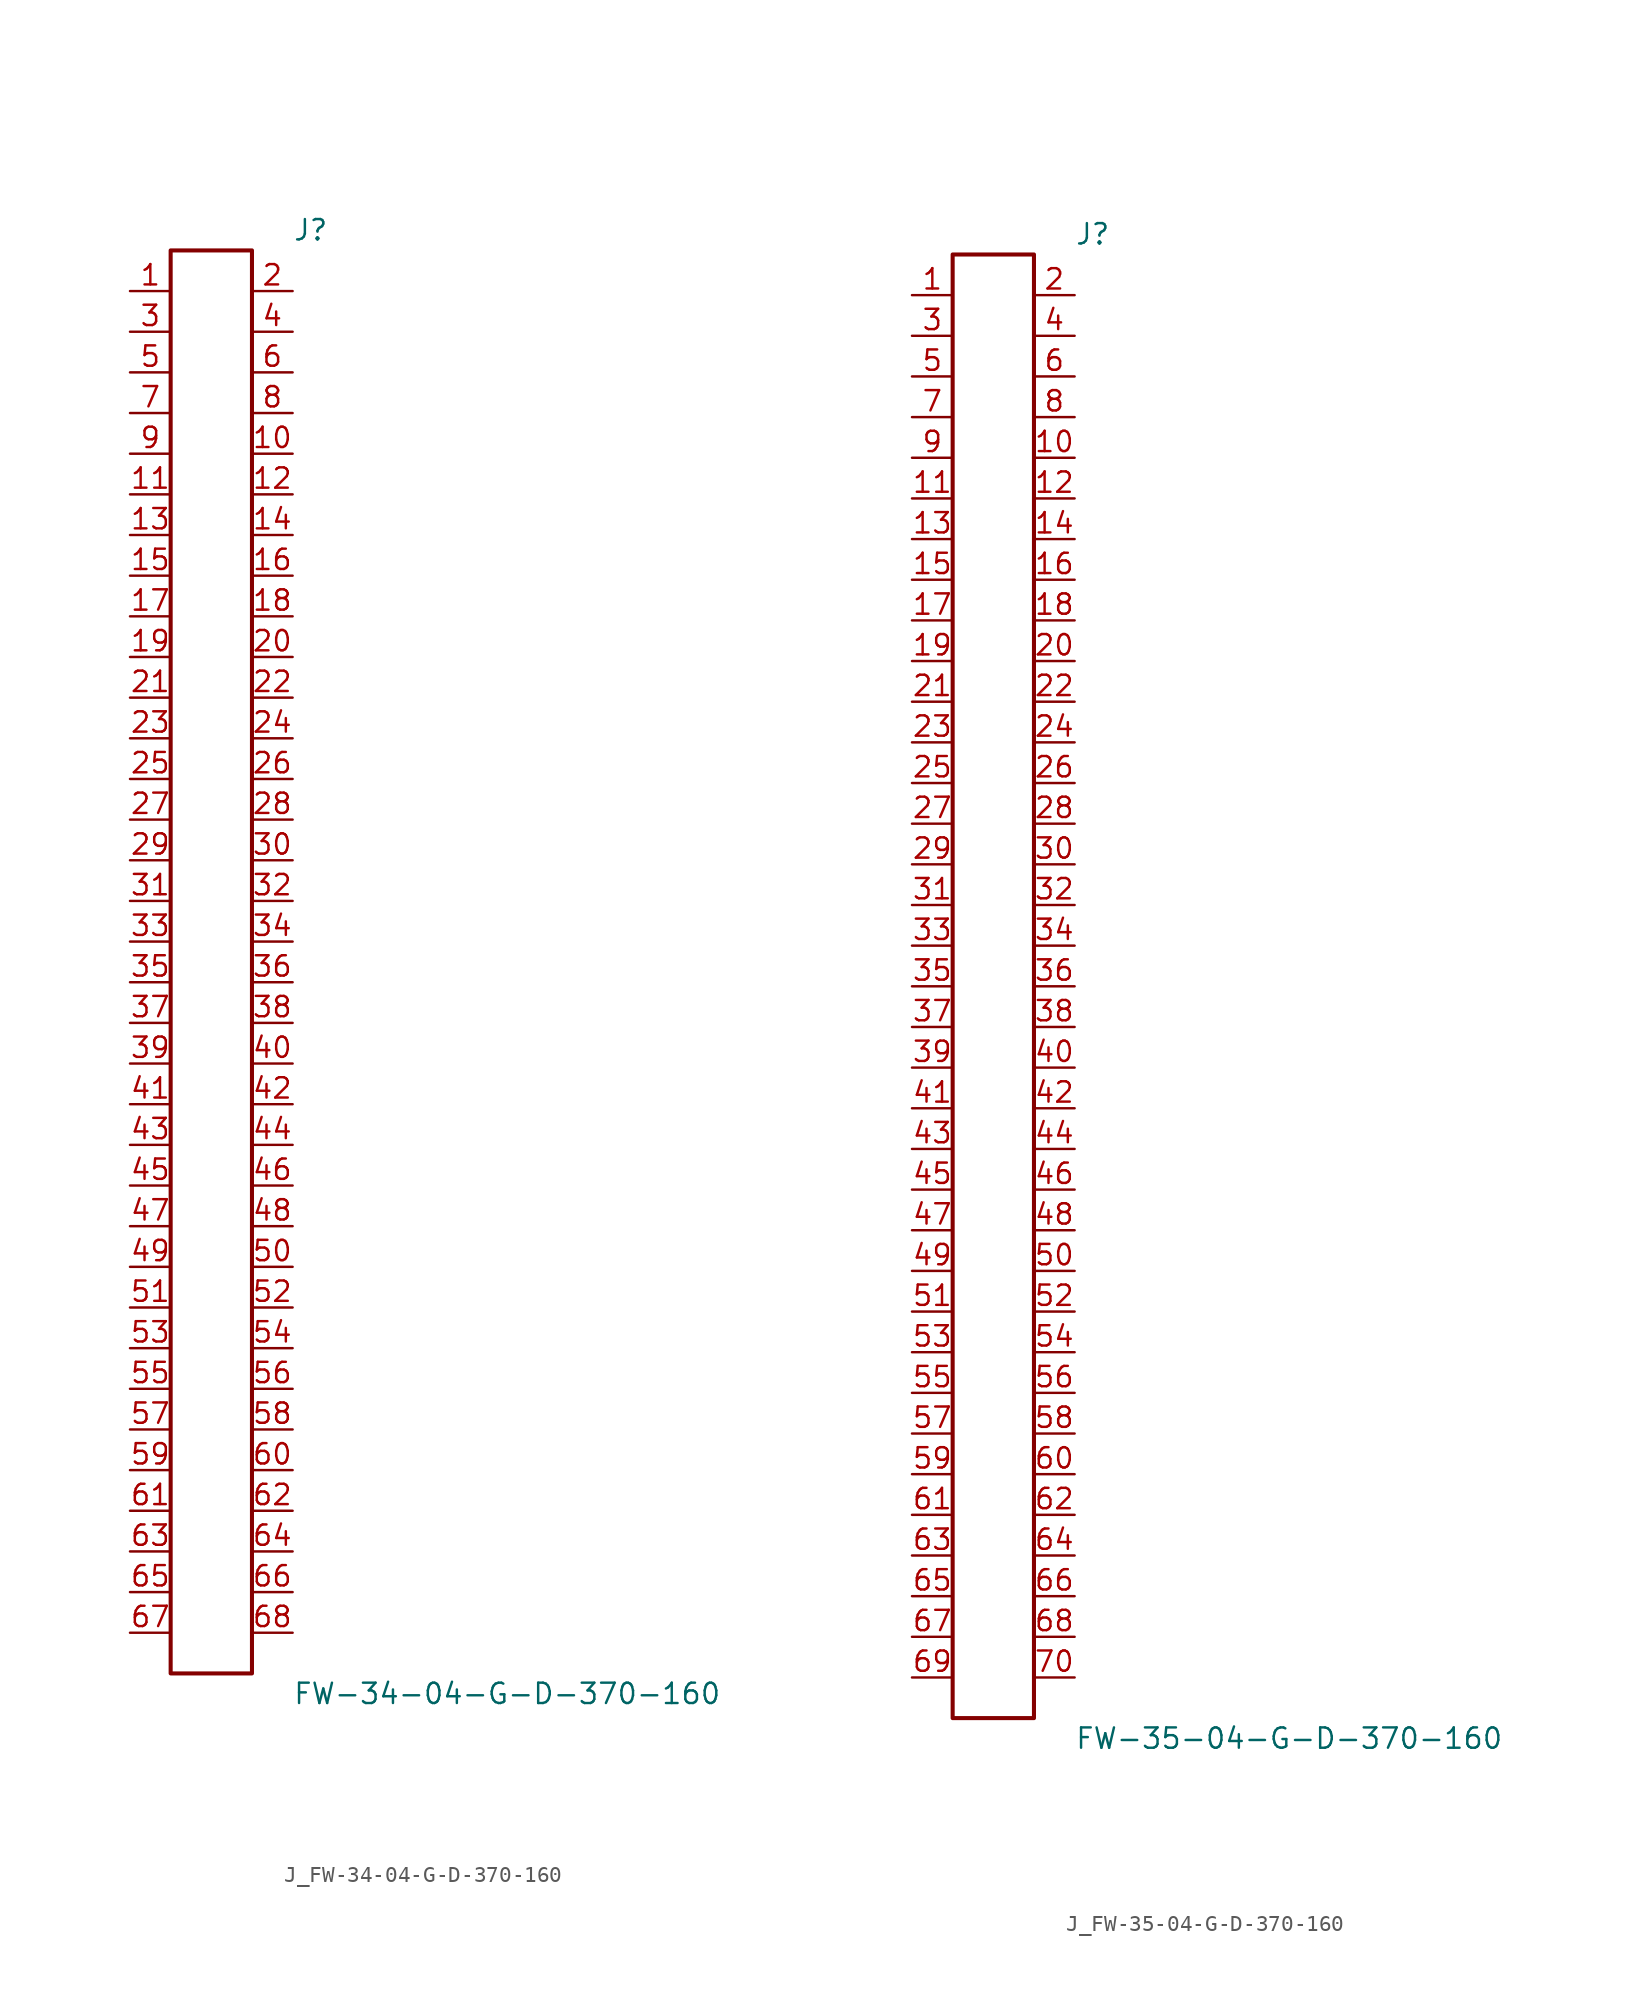
<source format=kicad_sym>
(kicad_symbol_lib
  (version 20231120)
  (generator kicad_symbol_editor)
  (generator_version 8.0)
  (symbol "J_FW-34-04-G-D-370-160"
    (pin_names
      (offset 0.254))
    (property "Reference" "J"
      (at 5.08 45.72 0)
      (effects (font (size 1.27 1.27)) (justify left)))
    (property "Value" "FW-34-04-G-D-370-160"
      (at 5.08 -45.72 0)
      (effects (font (size 1.27 1.27)) (justify left)))
    (symbol "J_FW-34-04-G-D-370-160_0_0"
      (pin unspecified line (at -5.08 41.91 0) (length 2.54) (name "" (effects (font (size 1.27 1.27)))) (number "1" (effects (font (size 1.27 1.27)))))
      (pin unspecified line (at 5.08 41.91 180) (length 2.54) (name "" (effects (font (size 1.27 1.27)))) (number "2" (effects (font (size 1.27 1.27)))))
      (pin unspecified line (at -5.08 39.37 0) (length 2.54) (name "" (effects (font (size 1.27 1.27)))) (number "3" (effects (font (size 1.27 1.27)))))
      (pin unspecified line (at 5.08 39.37 180) (length 2.54) (name "" (effects (font (size 1.27 1.27)))) (number "4" (effects (font (size 1.27 1.27)))))
      (pin unspecified line (at -5.08 36.83 0) (length 2.54) (name "" (effects (font (size 1.27 1.27)))) (number "5" (effects (font (size 1.27 1.27)))))
      (pin unspecified line (at 5.08 36.83 180) (length 2.54) (name "" (effects (font (size 1.27 1.27)))) (number "6" (effects (font (size 1.27 1.27)))))
      (pin unspecified line (at -5.08 34.29 0) (length 2.54) (name "" (effects (font (size 1.27 1.27)))) (number "7" (effects (font (size 1.27 1.27)))))
      (pin unspecified line (at 5.08 34.29 180) (length 2.54) (name "" (effects (font (size 1.27 1.27)))) (number "8" (effects (font (size 1.27 1.27)))))
      (pin unspecified line (at -5.08 31.75 0) (length 2.54) (name "" (effects (font (size 1.27 1.27)))) (number "9" (effects (font (size 1.27 1.27)))))
      (pin unspecified line (at 5.08 31.75 180) (length 2.54) (name "" (effects (font (size 1.27 1.27)))) (number "10" (effects (font (size 1.27 1.27)))))
      (pin unspecified line (at -5.08 29.21 0) (length 2.54) (name "" (effects (font (size 1.27 1.27)))) (number "11" (effects (font (size 1.27 1.27)))))
      (pin unspecified line (at 5.08 29.21 180) (length 2.54) (name "" (effects (font (size 1.27 1.27)))) (number "12" (effects (font (size 1.27 1.27)))))
      (pin unspecified line (at -5.08 26.67 0) (length 2.54) (name "" (effects (font (size 1.27 1.27)))) (number "13" (effects (font (size 1.27 1.27)))))
      (pin unspecified line (at 5.08 26.67 180) (length 2.54) (name "" (effects (font (size 1.27 1.27)))) (number "14" (effects (font (size 1.27 1.27)))))
      (pin unspecified line (at -5.08 24.13 0) (length 2.54) (name "" (effects (font (size 1.27 1.27)))) (number "15" (effects (font (size 1.27 1.27)))))
      (pin unspecified line (at 5.08 24.13 180) (length 2.54) (name "" (effects (font (size 1.27 1.27)))) (number "16" (effects (font (size 1.27 1.27)))))
      (pin unspecified line (at -5.08 21.59 0) (length 2.54) (name "" (effects (font (size 1.27 1.27)))) (number "17" (effects (font (size 1.27 1.27)))))
      (pin unspecified line (at 5.08 21.59 180) (length 2.54) (name "" (effects (font (size 1.27 1.27)))) (number "18" (effects (font (size 1.27 1.27)))))
      (pin unspecified line (at -5.08 19.05 0) (length 2.54) (name "" (effects (font (size 1.27 1.27)))) (number "19" (effects (font (size 1.27 1.27)))))
      (pin unspecified line (at 5.08 19.05 180) (length 2.54) (name "" (effects (font (size 1.27 1.27)))) (number "20" (effects (font (size 1.27 1.27)))))
      (pin unspecified line (at -5.08 16.51 0) (length 2.54) (name "" (effects (font (size 1.27 1.27)))) (number "21" (effects (font (size 1.27 1.27)))))
      (pin unspecified line (at 5.08 16.51 180) (length 2.54) (name "" (effects (font (size 1.27 1.27)))) (number "22" (effects (font (size 1.27 1.27)))))
      (pin unspecified line (at -5.08 13.97 0) (length 2.54) (name "" (effects (font (size 1.27 1.27)))) (number "23" (effects (font (size 1.27 1.27)))))
      (pin unspecified line (at 5.08 13.97 180) (length 2.54) (name "" (effects (font (size 1.27 1.27)))) (number "24" (effects (font (size 1.27 1.27)))))
      (pin unspecified line (at -5.08 11.43 0) (length 2.54) (name "" (effects (font (size 1.27 1.27)))) (number "25" (effects (font (size 1.27 1.27)))))
      (pin unspecified line (at 5.08 11.43 180) (length 2.54) (name "" (effects (font (size 1.27 1.27)))) (number "26" (effects (font (size 1.27 1.27)))))
      (pin unspecified line (at -5.08 8.89 0) (length 2.54) (name "" (effects (font (size 1.27 1.27)))) (number "27" (effects (font (size 1.27 1.27)))))
      (pin unspecified line (at 5.08 8.89 180) (length 2.54) (name "" (effects (font (size 1.27 1.27)))) (number "28" (effects (font (size 1.27 1.27)))))
      (pin unspecified line (at -5.08 6.35 0) (length 2.54) (name "" (effects (font (size 1.27 1.27)))) (number "29" (effects (font (size 1.27 1.27)))))
      (pin unspecified line (at 5.08 6.35 180) (length 2.54) (name "" (effects (font (size 1.27 1.27)))) (number "30" (effects (font (size 1.27 1.27)))))
      (pin unspecified line (at -5.08 3.81 0) (length 2.54) (name "" (effects (font (size 1.27 1.27)))) (number "31" (effects (font (size 1.27 1.27)))))
      (pin unspecified line (at 5.08 3.81 180) (length 2.54) (name "" (effects (font (size 1.27 1.27)))) (number "32" (effects (font (size 1.27 1.27)))))
      (pin unspecified line (at -5.08 1.27 0) (length 2.54) (name "" (effects (font (size 1.27 1.27)))) (number "33" (effects (font (size 1.27 1.27)))))
      (pin unspecified line (at 5.08 1.27 180) (length 2.54) (name "" (effects (font (size 1.27 1.27)))) (number "34" (effects (font (size 1.27 1.27)))))
      (pin unspecified line (at -5.08 -1.27 0) (length 2.54) (name "" (effects (font (size 1.27 1.27)))) (number "35" (effects (font (size 1.27 1.27)))))
      (pin unspecified line (at 5.08 -1.27 180) (length 2.54) (name "" (effects (font (size 1.27 1.27)))) (number "36" (effects (font (size 1.27 1.27)))))
      (pin unspecified line (at -5.08 -3.81 0) (length 2.54) (name "" (effects (font (size 1.27 1.27)))) (number "37" (effects (font (size 1.27 1.27)))))
      (pin unspecified line (at 5.08 -3.81 180) (length 2.54) (name "" (effects (font (size 1.27 1.27)))) (number "38" (effects (font (size 1.27 1.27)))))
      (pin unspecified line (at -5.08 -6.35 0) (length 2.54) (name "" (effects (font (size 1.27 1.27)))) (number "39" (effects (font (size 1.27 1.27)))))
      (pin unspecified line (at 5.08 -6.35 180) (length 2.54) (name "" (effects (font (size 1.27 1.27)))) (number "40" (effects (font (size 1.27 1.27)))))
      (pin unspecified line (at -5.08 -8.89 0) (length 2.54) (name "" (effects (font (size 1.27 1.27)))) (number "41" (effects (font (size 1.27 1.27)))))
      (pin unspecified line (at 5.08 -8.89 180) (length 2.54) (name "" (effects (font (size 1.27 1.27)))) (number "42" (effects (font (size 1.27 1.27)))))
      (pin unspecified line (at -5.08 -11.43 0) (length 2.54) (name "" (effects (font (size 1.27 1.27)))) (number "43" (effects (font (size 1.27 1.27)))))
      (pin unspecified line (at 5.08 -11.43 180) (length 2.54) (name "" (effects (font (size 1.27 1.27)))) (number "44" (effects (font (size 1.27 1.27)))))
      (pin unspecified line (at -5.08 -13.97 0) (length 2.54) (name "" (effects (font (size 1.27 1.27)))) (number "45" (effects (font (size 1.27 1.27)))))
      (pin unspecified line (at 5.08 -13.97 180) (length 2.54) (name "" (effects (font (size 1.27 1.27)))) (number "46" (effects (font (size 1.27 1.27)))))
      (pin unspecified line (at -5.08 -16.51 0) (length 2.54) (name "" (effects (font (size 1.27 1.27)))) (number "47" (effects (font (size 1.27 1.27)))))
      (pin unspecified line (at 5.08 -16.51 180) (length 2.54) (name "" (effects (font (size 1.27 1.27)))) (number "48" (effects (font (size 1.27 1.27)))))
      (pin unspecified line (at -5.08 -19.05 0) (length 2.54) (name "" (effects (font (size 1.27 1.27)))) (number "49" (effects (font (size 1.27 1.27)))))
      (pin unspecified line (at 5.08 -19.05 180) (length 2.54) (name "" (effects (font (size 1.27 1.27)))) (number "50" (effects (font (size 1.27 1.27)))))
      (pin unspecified line (at -5.08 -21.59 0) (length 2.54) (name "" (effects (font (size 1.27 1.27)))) (number "51" (effects (font (size 1.27 1.27)))))
      (pin unspecified line (at 5.08 -21.59 180) (length 2.54) (name "" (effects (font (size 1.27 1.27)))) (number "52" (effects (font (size 1.27 1.27)))))
      (pin unspecified line (at -5.08 -24.13 0) (length 2.54) (name "" (effects (font (size 1.27 1.27)))) (number "53" (effects (font (size 1.27 1.27)))))
      (pin unspecified line (at 5.08 -24.13 180) (length 2.54) (name "" (effects (font (size 1.27 1.27)))) (number "54" (effects (font (size 1.27 1.27)))))
      (pin unspecified line (at -5.08 -26.67 0) (length 2.54) (name "" (effects (font (size 1.27 1.27)))) (number "55" (effects (font (size 1.27 1.27)))))
      (pin unspecified line (at 5.08 -26.67 180) (length 2.54) (name "" (effects (font (size 1.27 1.27)))) (number "56" (effects (font (size 1.27 1.27)))))
      (pin unspecified line (at -5.08 -29.21 0) (length 2.54) (name "" (effects (font (size 1.27 1.27)))) (number "57" (effects (font (size 1.27 1.27)))))
      (pin unspecified line (at 5.08 -29.21 180) (length 2.54) (name "" (effects (font (size 1.27 1.27)))) (number "58" (effects (font (size 1.27 1.27)))))
      (pin unspecified line (at -5.08 -31.75 0) (length 2.54) (name "" (effects (font (size 1.27 1.27)))) (number "59" (effects (font (size 1.27 1.27)))))
      (pin unspecified line (at 5.08 -31.75 180) (length 2.54) (name "" (effects (font (size 1.27 1.27)))) (number "60" (effects (font (size 1.27 1.27)))))
      (pin unspecified line (at -5.08 -34.29 0) (length 2.54) (name "" (effects (font (size 1.27 1.27)))) (number "61" (effects (font (size 1.27 1.27)))))
      (pin unspecified line (at 5.08 -34.29 180) (length 2.54) (name "" (effects (font (size 1.27 1.27)))) (number "62" (effects (font (size 1.27 1.27)))))
      (pin unspecified line (at -5.08 -36.83 0) (length 2.54) (name "" (effects (font (size 1.27 1.27)))) (number "63" (effects (font (size 1.27 1.27)))))
      (pin unspecified line (at 5.08 -36.83 180) (length 2.54) (name "" (effects (font (size 1.27 1.27)))) (number "64" (effects (font (size 1.27 1.27)))))
      (pin unspecified line (at -5.08 -39.37 0) (length 2.54) (name "" (effects (font (size 1.27 1.27)))) (number "65" (effects (font (size 1.27 1.27)))))
      (pin unspecified line (at 5.08 -39.37 180) (length 2.54) (name "" (effects (font (size 1.27 1.27)))) (number "66" (effects (font (size 1.27 1.27)))))
      (pin unspecified line (at -5.08 -41.91 0) (length 2.54) (name "" (effects (font (size 1.27 1.27)))) (number "67" (effects (font (size 1.27 1.27)))))
      (pin unspecified line (at 5.08 -41.91 180) (length 2.54) (name "" (effects (font (size 1.27 1.27)))) (number "68" (effects (font (size 1.27 1.27))))))
    (symbol "J_FW-34-04-G-D-370-160_1_0"
      (rectangle (start -2.54 44.45) (end 2.54 -44.45) (stroke (width 0.254) (type solid)) (fill (type none)))))
  (symbol "J_FW-35-04-G-D-370-160"
    (pin_names
      (offset 0.254))
    (property "Reference" "J"
      (at 5.08 46.99 0)
      (effects (font (size 1.27 1.27)) (justify left)))
    (property "Value" "FW-35-04-G-D-370-160"
      (at 5.08 -46.99 0)
      (effects (font (size 1.27 1.27)) (justify left)))
    (symbol "J_FW-35-04-G-D-370-160_0_0"
      (pin unspecified line (at -5.08 43.18 0) (length 2.54) (name "" (effects (font (size 1.27 1.27)))) (number "1" (effects (font (size 1.27 1.27)))))
      (pin unspecified line (at 5.08 43.18 180) (length 2.54) (name "" (effects (font (size 1.27 1.27)))) (number "2" (effects (font (size 1.27 1.27)))))
      (pin unspecified line (at -5.08 40.64 0) (length 2.54) (name "" (effects (font (size 1.27 1.27)))) (number "3" (effects (font (size 1.27 1.27)))))
      (pin unspecified line (at 5.08 40.64 180) (length 2.54) (name "" (effects (font (size 1.27 1.27)))) (number "4" (effects (font (size 1.27 1.27)))))
      (pin unspecified line (at -5.08 38.1 0) (length 2.54) (name "" (effects (font (size 1.27 1.27)))) (number "5" (effects (font (size 1.27 1.27)))))
      (pin unspecified line (at 5.08 38.1 180) (length 2.54) (name "" (effects (font (size 1.27 1.27)))) (number "6" (effects (font (size 1.27 1.27)))))
      (pin unspecified line (at -5.08 35.56 0) (length 2.54) (name "" (effects (font (size 1.27 1.27)))) (number "7" (effects (font (size 1.27 1.27)))))
      (pin unspecified line (at 5.08 35.56 180) (length 2.54) (name "" (effects (font (size 1.27 1.27)))) (number "8" (effects (font (size 1.27 1.27)))))
      (pin unspecified line (at -5.08 33.02 0) (length 2.54) (name "" (effects (font (size 1.27 1.27)))) (number "9" (effects (font (size 1.27 1.27)))))
      (pin unspecified line (at 5.08 33.02 180) (length 2.54) (name "" (effects (font (size 1.27 1.27)))) (number "10" (effects (font (size 1.27 1.27)))))
      (pin unspecified line (at -5.08 30.48 0) (length 2.54) (name "" (effects (font (size 1.27 1.27)))) (number "11" (effects (font (size 1.27 1.27)))))
      (pin unspecified line (at 5.08 30.48 180) (length 2.54) (name "" (effects (font (size 1.27 1.27)))) (number "12" (effects (font (size 1.27 1.27)))))
      (pin unspecified line (at -5.08 27.94 0) (length 2.54) (name "" (effects (font (size 1.27 1.27)))) (number "13" (effects (font (size 1.27 1.27)))))
      (pin unspecified line (at 5.08 27.94 180) (length 2.54) (name "" (effects (font (size 1.27 1.27)))) (number "14" (effects (font (size 1.27 1.27)))))
      (pin unspecified line (at -5.08 25.4 0) (length 2.54) (name "" (effects (font (size 1.27 1.27)))) (number "15" (effects (font (size 1.27 1.27)))))
      (pin unspecified line (at 5.08 25.4 180) (length 2.54) (name "" (effects (font (size 1.27 1.27)))) (number "16" (effects (font (size 1.27 1.27)))))
      (pin unspecified line (at -5.08 22.86 0) (length 2.54) (name "" (effects (font (size 1.27 1.27)))) (number "17" (effects (font (size 1.27 1.27)))))
      (pin unspecified line (at 5.08 22.86 180) (length 2.54) (name "" (effects (font (size 1.27 1.27)))) (number "18" (effects (font (size 1.27 1.27)))))
      (pin unspecified line (at -5.08 20.32 0) (length 2.54) (name "" (effects (font (size 1.27 1.27)))) (number "19" (effects (font (size 1.27 1.27)))))
      (pin unspecified line (at 5.08 20.32 180) (length 2.54) (name "" (effects (font (size 1.27 1.27)))) (number "20" (effects (font (size 1.27 1.27)))))
      (pin unspecified line (at -5.08 17.78 0) (length 2.54) (name "" (effects (font (size 1.27 1.27)))) (number "21" (effects (font (size 1.27 1.27)))))
      (pin unspecified line (at 5.08 17.78 180) (length 2.54) (name "" (effects (font (size 1.27 1.27)))) (number "22" (effects (font (size 1.27 1.27)))))
      (pin unspecified line (at -5.08 15.24 0) (length 2.54) (name "" (effects (font (size 1.27 1.27)))) (number "23" (effects (font (size 1.27 1.27)))))
      (pin unspecified line (at 5.08 15.24 180) (length 2.54) (name "" (effects (font (size 1.27 1.27)))) (number "24" (effects (font (size 1.27 1.27)))))
      (pin unspecified line (at -5.08 12.7 0) (length 2.54) (name "" (effects (font (size 1.27 1.27)))) (number "25" (effects (font (size 1.27 1.27)))))
      (pin unspecified line (at 5.08 12.7 180) (length 2.54) (name "" (effects (font (size 1.27 1.27)))) (number "26" (effects (font (size 1.27 1.27)))))
      (pin unspecified line (at -5.08 10.16 0) (length 2.54) (name "" (effects (font (size 1.27 1.27)))) (number "27" (effects (font (size 1.27 1.27)))))
      (pin unspecified line (at 5.08 10.16 180) (length 2.54) (name "" (effects (font (size 1.27 1.27)))) (number "28" (effects (font (size 1.27 1.27)))))
      (pin unspecified line (at -5.08 7.62 0) (length 2.54) (name "" (effects (font (size 1.27 1.27)))) (number "29" (effects (font (size 1.27 1.27)))))
      (pin unspecified line (at 5.08 7.62 180) (length 2.54) (name "" (effects (font (size 1.27 1.27)))) (number "30" (effects (font (size 1.27 1.27)))))
      (pin unspecified line (at -5.08 5.08 0) (length 2.54) (name "" (effects (font (size 1.27 1.27)))) (number "31" (effects (font (size 1.27 1.27)))))
      (pin unspecified line (at 5.08 5.08 180) (length 2.54) (name "" (effects (font (size 1.27 1.27)))) (number "32" (effects (font (size 1.27 1.27)))))
      (pin unspecified line (at -5.08 2.54 0) (length 2.54) (name "" (effects (font (size 1.27 1.27)))) (number "33" (effects (font (size 1.27 1.27)))))
      (pin unspecified line (at 5.08 2.54 180) (length 2.54) (name "" (effects (font (size 1.27 1.27)))) (number "34" (effects (font (size 1.27 1.27)))))
      (pin unspecified line (at -5.08 0.0 0) (length 2.54) (name "" (effects (font (size 1.27 1.27)))) (number "35" (effects (font (size 1.27 1.27)))))
      (pin unspecified line (at 5.08 0.0 180) (length 2.54) (name "" (effects (font (size 1.27 1.27)))) (number "36" (effects (font (size 1.27 1.27)))))
      (pin unspecified line (at -5.08 -2.54 0) (length 2.54) (name "" (effects (font (size 1.27 1.27)))) (number "37" (effects (font (size 1.27 1.27)))))
      (pin unspecified line (at 5.08 -2.54 180) (length 2.54) (name "" (effects (font (size 1.27 1.27)))) (number "38" (effects (font (size 1.27 1.27)))))
      (pin unspecified line (at -5.08 -5.08 0) (length 2.54) (name "" (effects (font (size 1.27 1.27)))) (number "39" (effects (font (size 1.27 1.27)))))
      (pin unspecified line (at 5.08 -5.08 180) (length 2.54) (name "" (effects (font (size 1.27 1.27)))) (number "40" (effects (font (size 1.27 1.27)))))
      (pin unspecified line (at -5.08 -7.62 0) (length 2.54) (name "" (effects (font (size 1.27 1.27)))) (number "41" (effects (font (size 1.27 1.27)))))
      (pin unspecified line (at 5.08 -7.62 180) (length 2.54) (name "" (effects (font (size 1.27 1.27)))) (number "42" (effects (font (size 1.27 1.27)))))
      (pin unspecified line (at -5.08 -10.16 0) (length 2.54) (name "" (effects (font (size 1.27 1.27)))) (number "43" (effects (font (size 1.27 1.27)))))
      (pin unspecified line (at 5.08 -10.16 180) (length 2.54) (name "" (effects (font (size 1.27 1.27)))) (number "44" (effects (font (size 1.27 1.27)))))
      (pin unspecified line (at -5.08 -12.7 0) (length 2.54) (name "" (effects (font (size 1.27 1.27)))) (number "45" (effects (font (size 1.27 1.27)))))
      (pin unspecified line (at 5.08 -12.7 180) (length 2.54) (name "" (effects (font (size 1.27 1.27)))) (number "46" (effects (font (size 1.27 1.27)))))
      (pin unspecified line (at -5.08 -15.24 0) (length 2.54) (name "" (effects (font (size 1.27 1.27)))) (number "47" (effects (font (size 1.27 1.27)))))
      (pin unspecified line (at 5.08 -15.24 180) (length 2.54) (name "" (effects (font (size 1.27 1.27)))) (number "48" (effects (font (size 1.27 1.27)))))
      (pin unspecified line (at -5.08 -17.78 0) (length 2.54) (name "" (effects (font (size 1.27 1.27)))) (number "49" (effects (font (size 1.27 1.27)))))
      (pin unspecified line (at 5.08 -17.78 180) (length 2.54) (name "" (effects (font (size 1.27 1.27)))) (number "50" (effects (font (size 1.27 1.27)))))
      (pin unspecified line (at -5.08 -20.32 0) (length 2.54) (name "" (effects (font (size 1.27 1.27)))) (number "51" (effects (font (size 1.27 1.27)))))
      (pin unspecified line (at 5.08 -20.32 180) (length 2.54) (name "" (effects (font (size 1.27 1.27)))) (number "52" (effects (font (size 1.27 1.27)))))
      (pin unspecified line (at -5.08 -22.86 0) (length 2.54) (name "" (effects (font (size 1.27 1.27)))) (number "53" (effects (font (size 1.27 1.27)))))
      (pin unspecified line (at 5.08 -22.86 180) (length 2.54) (name "" (effects (font (size 1.27 1.27)))) (number "54" (effects (font (size 1.27 1.27)))))
      (pin unspecified line (at -5.08 -25.4 0) (length 2.54) (name "" (effects (font (size 1.27 1.27)))) (number "55" (effects (font (size 1.27 1.27)))))
      (pin unspecified line (at 5.08 -25.4 180) (length 2.54) (name "" (effects (font (size 1.27 1.27)))) (number "56" (effects (font (size 1.27 1.27)))))
      (pin unspecified line (at -5.08 -27.94 0) (length 2.54) (name "" (effects (font (size 1.27 1.27)))) (number "57" (effects (font (size 1.27 1.27)))))
      (pin unspecified line (at 5.08 -27.94 180) (length 2.54) (name "" (effects (font (size 1.27 1.27)))) (number "58" (effects (font (size 1.27 1.27)))))
      (pin unspecified line (at -5.08 -30.48 0) (length 2.54) (name "" (effects (font (size 1.27 1.27)))) (number "59" (effects (font (size 1.27 1.27)))))
      (pin unspecified line (at 5.08 -30.48 180) (length 2.54) (name "" (effects (font (size 1.27 1.27)))) (number "60" (effects (font (size 1.27 1.27)))))
      (pin unspecified line (at -5.08 -33.02 0) (length 2.54) (name "" (effects (font (size 1.27 1.27)))) (number "61" (effects (font (size 1.27 1.27)))))
      (pin unspecified line (at 5.08 -33.02 180) (length 2.54) (name "" (effects (font (size 1.27 1.27)))) (number "62" (effects (font (size 1.27 1.27)))))
      (pin unspecified line (at -5.08 -35.56 0) (length 2.54) (name "" (effects (font (size 1.27 1.27)))) (number "63" (effects (font (size 1.27 1.27)))))
      (pin unspecified line (at 5.08 -35.56 180) (length 2.54) (name "" (effects (font (size 1.27 1.27)))) (number "64" (effects (font (size 1.27 1.27)))))
      (pin unspecified line (at -5.08 -38.1 0) (length 2.54) (name "" (effects (font (size 1.27 1.27)))) (number "65" (effects (font (size 1.27 1.27)))))
      (pin unspecified line (at 5.08 -38.1 180) (length 2.54) (name "" (effects (font (size 1.27 1.27)))) (number "66" (effects (font (size 1.27 1.27)))))
      (pin unspecified line (at -5.08 -40.64 0) (length 2.54) (name "" (effects (font (size 1.27 1.27)))) (number "67" (effects (font (size 1.27 1.27)))))
      (pin unspecified line (at 5.08 -40.64 180) (length 2.54) (name "" (effects (font (size 1.27 1.27)))) (number "68" (effects (font (size 1.27 1.27)))))
      (pin unspecified line (at -5.08 -43.18 0) (length 2.54) (name "" (effects (font (size 1.27 1.27)))) (number "69" (effects (font (size 1.27 1.27)))))
      (pin unspecified line (at 5.08 -43.18 180) (length 2.54) (name "" (effects (font (size 1.27 1.27)))) (number "70" (effects (font (size 1.27 1.27))))))
    (symbol "J_FW-35-04-G-D-370-160_1_0"
      (rectangle (start -2.54 45.72) (end 2.54 -45.72) (stroke (width 0.254) (type solid)) (fill (type none))))))
</source>
